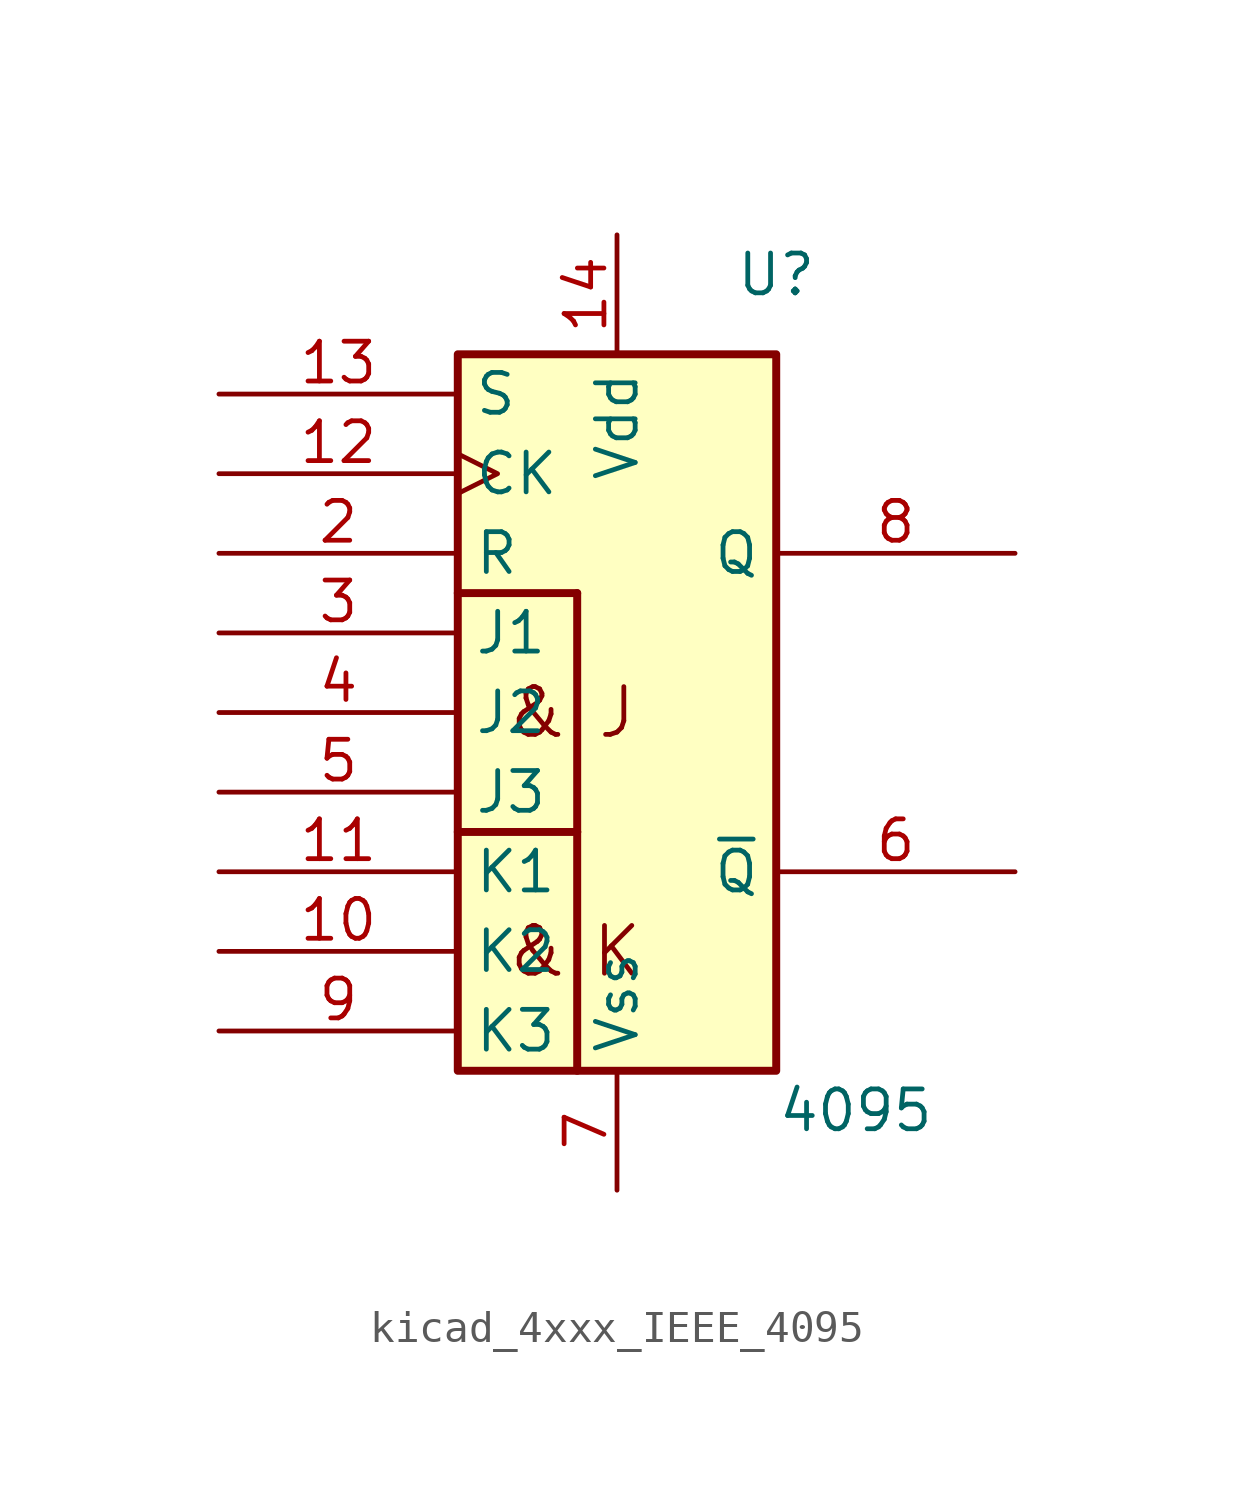
<source format=kicad_sym>
(kicad_symbol_lib
  (version 20220914)
  (generator kicad_symbol_editor)
  (symbol "kicad_4xxx_IEEE_4095"
    (property "Reference" "U"
      (at 5.08 13.97 0)
      (effects (font (size 1.27 1.27))))
    (property "Value" "4095"
      (at 7.62 -12.7 0)
      (effects (font (size 1.27 1.27))))
    (symbol "kicad_4xxx_IEEE_4095_0_0"
      (text "&" (at -2.54 -7.62 0) (effects (font (size 1.524 1.524))))
      (text "&" (at -2.54 0 0) (effects (font (size 1.524 1.524))))
      (text "J" (at 0 0 0) (effects (font (size 1.524 1.524))))
      (text "K" (at 0 -7.62 0) (effects (font (size 1.524 1.524)))))
    (symbol "kicad_4xxx_IEEE_4095_0_1"
      (rectangle (start -5.08 -3.81) (end -1.27 -3.81) (stroke (width 0.254) (type default)) (fill (type background)))
      (rectangle (start -5.08 3.81) (end -1.27 3.81) (stroke (width 0.254) (type default)) (fill (type background)))
      (rectangle (start -5.08 11.43) (end 5.08 -11.43) (stroke (width 0.254) (type default)) (fill (type background)))
      (rectangle (start -1.27 -3.81) (end -1.27 -11.43) (stroke (width 0.254) (type default)) (fill (type background)))
      (rectangle (start -1.27 -3.81) (end -1.27 3.81) (stroke (width 0.254) (type default)) (fill (type background))))
    (symbol "kicad_4xxx_IEEE_4095_1_1"
      (pin input line (at -12.7 -7.62 0) (length 7.62) (name "K2" (effects (font (size 1.27 1.27)))) (number "10" (effects (font (size 1.27 1.27)))))
      (pin input line (at -12.7 -5.08 0) (length 7.62) (name "K1" (effects (font (size 1.27 1.27)))) (number "11" (effects (font (size 1.27 1.27)))))
      (pin input clock (at -12.7 7.62 0) (length 7.62) (name "CK" (effects (font (size 1.27 1.27)))) (number "12" (effects (font (size 1.27 1.27)))))
      (pin input line (at -12.7 10.16 0) (length 7.62) (name "S" (effects (font (size 1.27 1.27)))) (number "13" (effects (font (size 1.27 1.27)))))
      (pin power_in line (at 0 15.24 270) (length 3.81) (name "Vdd" (effects (font (size 1.27 1.27)))) (number "14" (effects (font (size 1.27 1.27)))))
      (pin input line (at -12.7 5.08 0) (length 7.62) (name "R" (effects (font (size 1.27 1.27)))) (number "2" (effects (font (size 1.27 1.27)))))
      (pin input line (at -12.7 2.54 0) (length 7.62) (name "J1" (effects (font (size 1.27 1.27)))) (number "3" (effects (font (size 1.27 1.27)))))
      (pin input line (at -12.7 0 0) (length 7.62) (name "J2" (effects (font (size 1.27 1.27)))) (number "4" (effects (font (size 1.27 1.27)))))
      (pin input line (at -12.7 -2.54 0) (length 7.62) (name "J3" (effects (font (size 1.27 1.27)))) (number "5" (effects (font (size 1.27 1.27)))))
      (pin output line (at 12.7 -5.08 180) (length 7.62) (name "~{Q}" (effects (font (size 1.27 1.27)))) (number "6" (effects (font (size 1.27 1.27)))))
      (pin power_in line (at 0 -15.24 90) (length 3.81) (name "Vss" (effects (font (size 1.27 1.27)))) (number "7" (effects (font (size 1.27 1.27)))))
      (pin output line (at 12.7 5.08 180) (length 7.62) (name "Q" (effects (font (size 1.27 1.27)))) (number "8" (effects (font (size 1.27 1.27)))))
      (pin input line (at -12.7 -10.16 0) (length 7.62) (name "K3" (effects (font (size 1.27 1.27)))) (number "9" (effects (font (size 1.27 1.27))))))))
</source>
